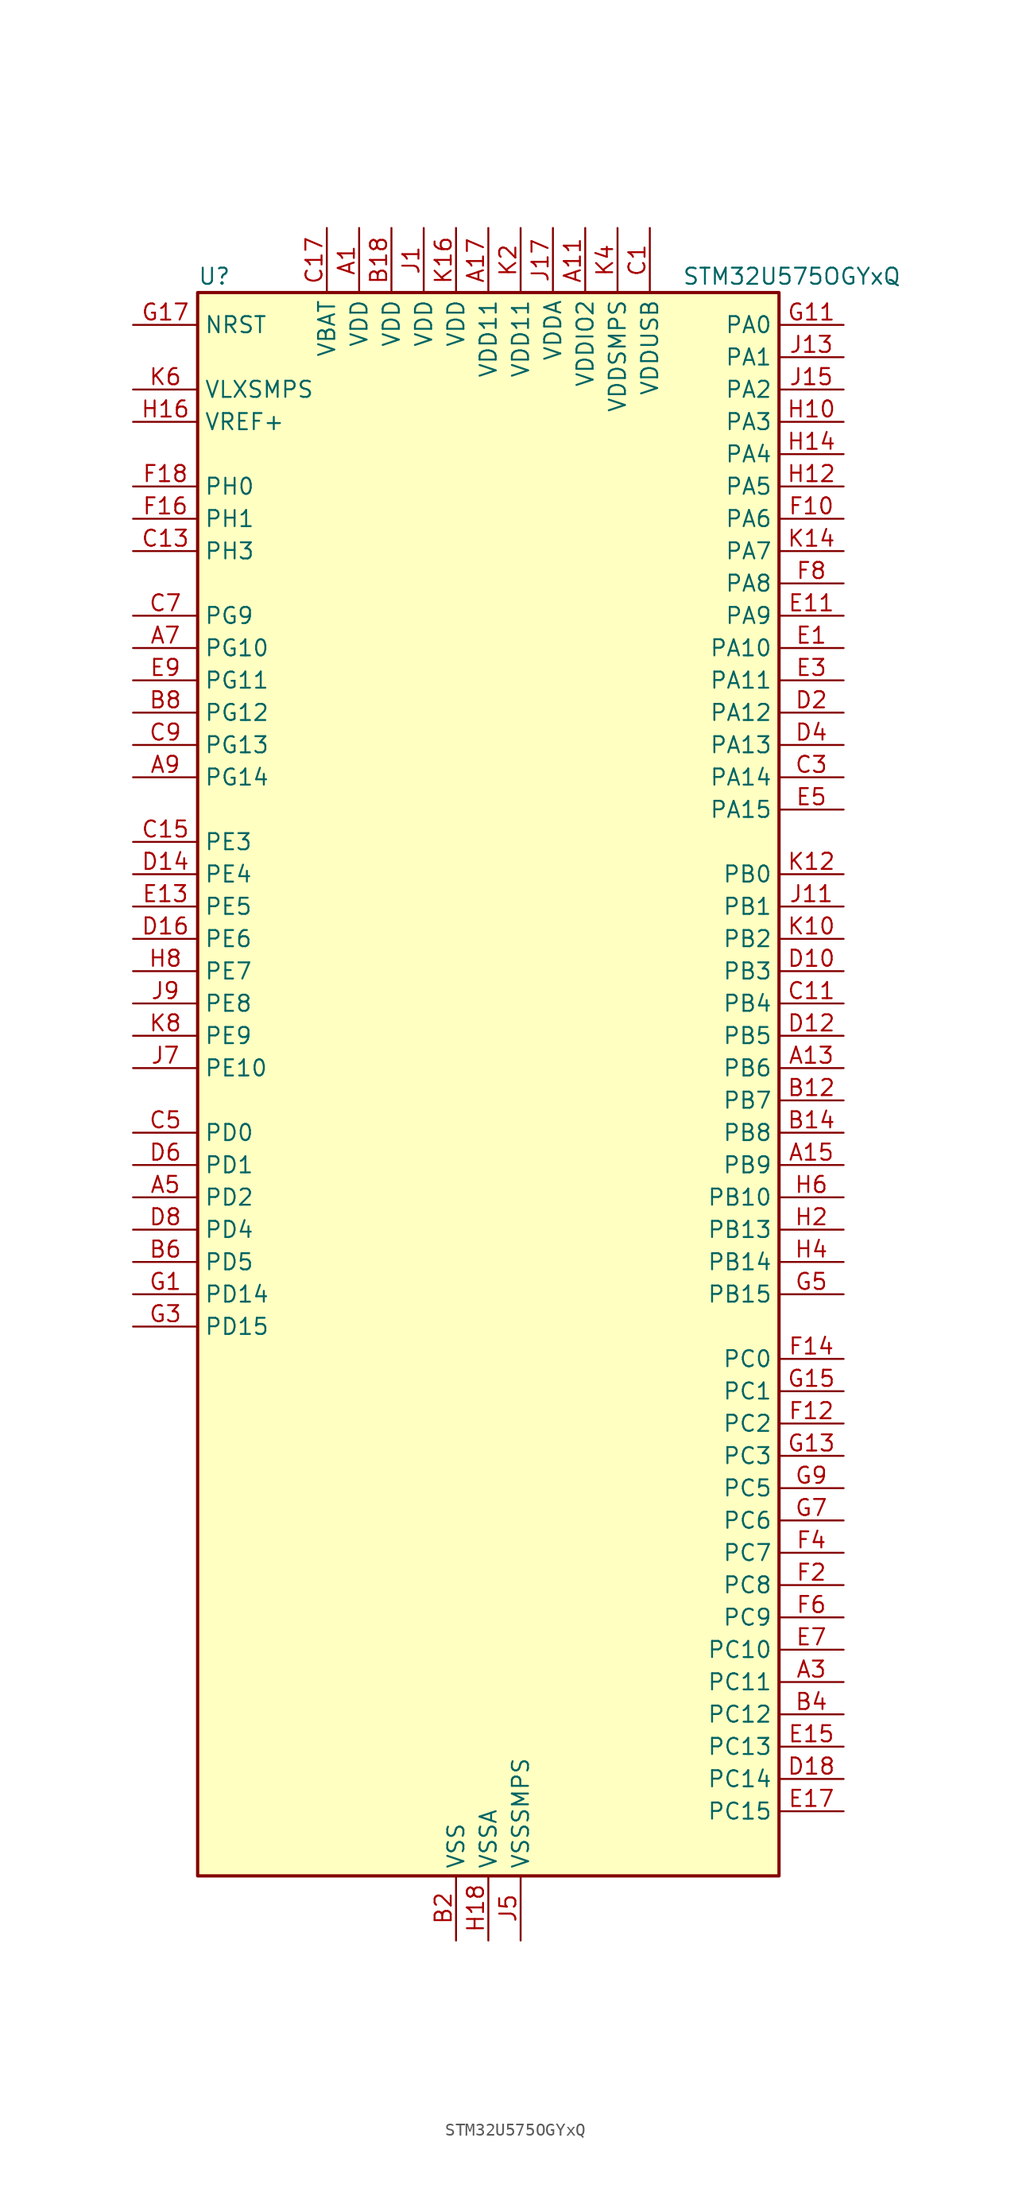
<source format=kicad_sym>
(kicad_symbol_lib
  (version 20211014)
  (generator kicad-library-utils)
  (symbol "STM32U575OGYxQ"
    (property "Reference" "U"
      (at -22.86 64.77 0)
      (effects (font (size 1.27 1.27)) (justify left)))
    (property "Value" "STM32U575OGYxQ"
      (at 15.24 64.77 0)
      (effects (font (size 1.27 1.27)) (justify left)))
    (property "ki_fp_filters" "*"
      (at 0.0 0.0 0.0)
      (effects (font (size 1.27 1.27))))
    (symbol "STM32U575OGYxQ_0_1"
      (rectangle (start -22.86 -60.96) (end 22.86 63.5) (stroke (width 0.254)) (fill (type background))))
    (symbol "STM32U575OGYxQ_1_1"
      (pin input line (at -27.94 60.96 0) (length 5.08) (name "NRST" (effects (font (size 1.27 1.27)))) (number "G17" (effects (font (size 1.27 1.27)))))
      (pin power_in line (at -27.94 55.88 0) (length 5.08) (name "VLXSMPS" (effects (font (size 1.27 1.27)))) (number "K6" (effects (font (size 1.27 1.27)))))
      (pin input line (at -27.94 53.34 0) (length 5.08) (name "VREF+" (effects (font (size 1.27 1.27)))) (number "H16" (effects (font (size 1.27 1.27)))) (alternate "VREFBUF_OUT" bidirectional line))
      (pin bidirectional line (at -27.94 48.26 0) (length 5.08) (name "PH0" (effects (font (size 1.27 1.27)))) (number "F18" (effects (font (size 1.27 1.27)))) (alternate "RCC_OSC_IN" bidirectional line))
      (pin bidirectional line (at -27.94 45.72 0) (length 5.08) (name "PH1" (effects (font (size 1.27 1.27)))) (number "F16" (effects (font (size 1.27 1.27)))) (alternate "RCC_OSC_OUT" bidirectional line))
      (pin bidirectional line (at -27.94 43.18 0) (length 5.08) (name "PH3" (effects (font (size 1.27 1.27)))) (number "C13" (effects (font (size 1.27 1.27)))))
      (pin bidirectional line (at -27.94 38.1 0) (length 5.08) (name "PG9" (effects (font (size 1.27 1.27)))) (number "C7" (effects (font (size 1.27 1.27)))) (alternate "DAC1_EXTI9" bidirectional line) (alternate "FMC_NCE" bidirectional line) (alternate "FMC_NE2" bidirectional line) (alternate "OCTOSPIM_P2_IO6" bidirectional line) (alternate "SPI3_SCK" bidirectional line) (alternate "TIM15_CH1N" bidirectional line) (alternate "USART1_TX" bidirectional line))
      (pin bidirectional line (at -27.94 35.56 0) (length 5.08) (name "PG10" (effects (font (size 1.27 1.27)))) (number "A7" (effects (font (size 1.27 1.27)))) (alternate "FMC_NE3" bidirectional line) (alternate "LPTIM1_IN1" bidirectional line) (alternate "OCTOSPIM_P2_IO7" bidirectional line) (alternate "SPI3_MISO" bidirectional line) (alternate "TIM15_CH1" bidirectional line) (alternate "USART1_RX" bidirectional line))
      (pin bidirectional line (at -27.94 33.02 0) (length 5.08) (name "PG11" (effects (font (size 1.27 1.27)))) (number "E9" (effects (font (size 1.27 1.27)))) (alternate "ADC1_EXTI11" bidirectional line) (alternate "LPTIM1_IN2" bidirectional line) (alternate "OCTOSPIM_P1_IO5" bidirectional line) (alternate "SPI3_MOSI" bidirectional line) (alternate "TIM15_CH2" bidirectional line) (alternate "USART1_CTS" bidirectional line))
      (pin bidirectional line (at -27.94 30.48 0) (length 5.08) (name "PG12" (effects (font (size 1.27 1.27)))) (number "B8" (effects (font (size 1.27 1.27)))) (alternate "FMC_NE4" bidirectional line) (alternate "LPTIM1_ETR" bidirectional line) (alternate "OCTOSPIM_P2_NCS" bidirectional line) (alternate "SPI3_NSS" bidirectional line) (alternate "USART1_DE" bidirectional line) (alternate "USART1_RTS" bidirectional line))
      (pin bidirectional line (at -27.94 27.94 0) (length 5.08) (name "PG13" (effects (font (size 1.27 1.27)))) (number "C9" (effects (font (size 1.27 1.27)))) (alternate "FMC_A24" bidirectional line) (alternate "I2C1_SDA" bidirectional line) (alternate "SPI3_RDY" bidirectional line) (alternate "USART1_CK" bidirectional line))
      (pin bidirectional line (at -27.94 25.4 0) (length 5.08) (name "PG14" (effects (font (size 1.27 1.27)))) (number "A9" (effects (font (size 1.27 1.27)))) (alternate "FMC_A25" bidirectional line) (alternate "I2C1_SCL" bidirectional line) (alternate "LPTIM1_CH2" bidirectional line))
      (pin bidirectional line (at -27.94 20.32 0) (length 5.08) (name "PE3" (effects (font (size 1.27 1.27)))) (number "C15" (effects (font (size 1.27 1.27)))) (alternate "DEBUG_TRACED0" bidirectional line) (alternate "FMC_A19" bidirectional line) (alternate "OCTOSPIM_P1_DQS" bidirectional line) (alternate "SAI1_SD_B" bidirectional line) (alternate "TAMP_IN6" bidirectional line) (alternate "TAMP_OUT3" bidirectional line) (alternate "TIM3_CH1" bidirectional line) (alternate "TSC_G7_IO2" bidirectional line))
      (pin bidirectional line (at -27.94 17.78 0) (length 5.08) (name "PE4" (effects (font (size 1.27 1.27)))) (number "D14" (effects (font (size 1.27 1.27)))) (alternate "DCMI_D4" bidirectional line) (alternate "DEBUG_TRACED1" bidirectional line) (alternate "FMC_A20" bidirectional line) (alternate "MDF1_SDI3" bidirectional line) (alternate "PSSI_D4" bidirectional line) (alternate "PWR_WKUP1" bidirectional line) (alternate "SAI1_D2" bidirectional line) (alternate "SAI1_FS_A" bidirectional line) (alternate "TAMP_IN7" bidirectional line) (alternate "TAMP_OUT8" bidirectional line) (alternate "TIM3_CH2" bidirectional line) (alternate "TSC_G7_IO3" bidirectional line))
      (pin bidirectional line (at -27.94 15.24 0) (length 5.08) (name "PE5" (effects (font (size 1.27 1.27)))) (number "E13" (effects (font (size 1.27 1.27)))) (alternate "DCMI_D6" bidirectional line) (alternate "DEBUG_TRACED2" bidirectional line) (alternate "FMC_A21" bidirectional line) (alternate "MDF1_CKI3" bidirectional line) (alternate "PSSI_D6" bidirectional line) (alternate "PWR_WKUP2" bidirectional line) (alternate "SAI1_CK2" bidirectional line) (alternate "SAI1_SCK_A" bidirectional line) (alternate "TAMP_IN8" bidirectional line) (alternate "TAMP_OUT7" bidirectional line) (alternate "TIM3_CH3" bidirectional line) (alternate "TSC_G7_IO4" bidirectional line))
      (pin bidirectional line (at -27.94 12.7 0) (length 5.08) (name "PE6" (effects (font (size 1.27 1.27)))) (number "D16" (effects (font (size 1.27 1.27)))) (alternate "DCMI_D7" bidirectional line) (alternate "DEBUG_TRACED3" bidirectional line) (alternate "FMC_A22" bidirectional line) (alternate "PSSI_D7" bidirectional line) (alternate "PWR_WKUP3" bidirectional line) (alternate "SAI1_D1" bidirectional line) (alternate "SAI1_SD_A" bidirectional line) (alternate "TAMP_IN3" bidirectional line) (alternate "TAMP_OUT6" bidirectional line) (alternate "TIM3_CH4" bidirectional line))
      (pin bidirectional line (at -27.94 10.16 0) (length 5.08) (name "PE7" (effects (font (size 1.27 1.27)))) (number "H8" (effects (font (size 1.27 1.27)))) (alternate "FMC_D4" bidirectional line) (alternate "FMC_DA4" bidirectional line) (alternate "MDF1_SDI2" bidirectional line) (alternate "PWR_WKUP6" bidirectional line) (alternate "SAI1_SD_B" bidirectional line) (alternate "TIM1_ETR" bidirectional line))
      (pin bidirectional line (at -27.94 7.62 0) (length 5.08) (name "PE8" (effects (font (size 1.27 1.27)))) (number "J9" (effects (font (size 1.27 1.27)))) (alternate "FMC_D5" bidirectional line) (alternate "FMC_DA5" bidirectional line) (alternate "MDF1_CKI2" bidirectional line) (alternate "PWR_WKUP7" bidirectional line) (alternate "SAI1_SCK_B" bidirectional line) (alternate "TIM1_CH1N" bidirectional line))
      (pin bidirectional line (at -27.94 5.08 0) (length 5.08) (name "PE9" (effects (font (size 1.27 1.27)))) (number "K8" (effects (font (size 1.27 1.27)))) (alternate "ADF1_CCK0" bidirectional line) (alternate "DAC1_EXTI9" bidirectional line) (alternate "FMC_D6" bidirectional line) (alternate "FMC_DA6" bidirectional line) (alternate "MDF1_CCK0" bidirectional line) (alternate "OCTOSPIM_P1_NCLK" bidirectional line) (alternate "SAI1_FS_B" bidirectional line) (alternate "TIM1_CH1" bidirectional line))
      (pin bidirectional line (at -27.94 2.54 0) (length 5.08) (name "PE10" (effects (font (size 1.27 1.27)))) (number "J7" (effects (font (size 1.27 1.27)))) (alternate "ADF1_SDI0" bidirectional line) (alternate "FMC_D7" bidirectional line) (alternate "FMC_DA7" bidirectional line) (alternate "MDF1_SDI4" bidirectional line) (alternate "OCTOSPIM_P1_CLK" bidirectional line) (alternate "SAI1_MCLK_B" bidirectional line) (alternate "TIM1_CH2N" bidirectional line) (alternate "TSC_G5_IO1" bidirectional line))
      (pin bidirectional line (at -27.94 -2.54 0) (length 5.08) (name "PD0" (effects (font (size 1.27 1.27)))) (number "C5" (effects (font (size 1.27 1.27)))) (alternate "FDCAN1_RX" bidirectional line) (alternate "FMC_D2" bidirectional line) (alternate "FMC_DA2" bidirectional line) (alternate "SPI2_NSS" bidirectional line) (alternate "TIM8_CH4N" bidirectional line))
      (pin bidirectional line (at -27.94 -5.08 0) (length 5.08) (name "PD1" (effects (font (size 1.27 1.27)))) (number "D6" (effects (font (size 1.27 1.27)))) (alternate "FDCAN1_TX" bidirectional line) (alternate "FMC_D3" bidirectional line) (alternate "FMC_DA3" bidirectional line) (alternate "SPI2_SCK" bidirectional line))
      (pin bidirectional line (at -27.94 -7.62 0) (length 5.08) (name "PD2" (effects (font (size 1.27 1.27)))) (number "A5" (effects (font (size 1.27 1.27)))) (alternate "DCMI_D11" bidirectional line) (alternate "DEBUG_TRACED2" bidirectional line) (alternate "LPTIM4_ETR" bidirectional line) (alternate "PSSI_D11" bidirectional line) (alternate "SDMMC1_CMD" bidirectional line) (alternate "TIM3_ETR" bidirectional line) (alternate "TSC_SYNC" bidirectional line) (alternate "UART5_RX" bidirectional line) (alternate "USART3_DE" bidirectional line) (alternate "USART3_RTS" bidirectional line))
      (pin bidirectional line (at -27.94 -10.16 0) (length 5.08) (name "PD4" (effects (font (size 1.27 1.27)))) (number "D8" (effects (font (size 1.27 1.27)))) (alternate "FMC_NOE" bidirectional line) (alternate "MDF1_CKI0" bidirectional line) (alternate "OCTOSPIM_P1_IO4" bidirectional line) (alternate "SPI2_MOSI" bidirectional line) (alternate "USART2_DE" bidirectional line) (alternate "USART2_RTS" bidirectional line))
      (pin bidirectional line (at -27.94 -12.7 0) (length 5.08) (name "PD5" (effects (font (size 1.27 1.27)))) (number "B6" (effects (font (size 1.27 1.27)))) (alternate "FMC_NWE" bidirectional line) (alternate "OCTOSPIM_P1_IO5" bidirectional line) (alternate "SPI2_RDY" bidirectional line) (alternate "USART2_TX" bidirectional line))
      (pin bidirectional line (at -27.94 -15.24 0) (length 5.08) (name "PD14" (effects (font (size 1.27 1.27)))) (number "G1" (effects (font (size 1.27 1.27)))) (alternate "FMC_D0" bidirectional line) (alternate "FMC_DA0" bidirectional line) (alternate "LPTIM3_CH1" bidirectional line) (alternate "TIM4_CH3" bidirectional line))
      (pin bidirectional line (at -27.94 -17.78 0) (length 5.08) (name "PD15" (effects (font (size 1.27 1.27)))) (number "G3" (effects (font (size 1.27 1.27)))) (alternate "ADC1_EXTI15" bidirectional line) (alternate "ADC4_EXTI15" bidirectional line) (alternate "FMC_D1" bidirectional line) (alternate "FMC_DA1" bidirectional line) (alternate "LPTIM3_CH2" bidirectional line) (alternate "TIM4_CH4" bidirectional line))
      (pin bidirectional line (at 27.94 60.96 180) (length 5.08) (name "PA0" (effects (font (size 1.27 1.27)))) (number "G11" (effects (font (size 1.27 1.27)))) (alternate "ADC1_IN5" bidirectional line) (alternate "AUDIOCLK" bidirectional line) (alternate "OCTOSPIM_P2_NCS" bidirectional line) (alternate "OPAMP1_VINP" bidirectional line) (alternate "PWR_WKUP1" bidirectional line) (alternate "SDMMC2_CMD" bidirectional line) (alternate "SPI3_RDY" bidirectional line) (alternate "TAMP_IN2" bidirectional line) (alternate "TAMP_OUT1" bidirectional line) (alternate "TIM2_CH1" bidirectional line) (alternate "TIM2_ETR" bidirectional line) (alternate "TIM5_CH1" bidirectional line) (alternate "TIM8_ETR" bidirectional line) (alternate "UART4_TX" bidirectional line) (alternate "USART2_CTS" bidirectional line))
      (pin bidirectional line (at 27.94 58.42 180) (length 5.08) (name "PA1" (effects (font (size 1.27 1.27)))) (number "J13" (effects (font (size 1.27 1.27)))) (alternate "ADC1_IN6" bidirectional line) (alternate "I2C1_SMBA" bidirectional line) (alternate "LPTIM1_CH2" bidirectional line) (alternate "OCTOSPIM_P1_DQS" bidirectional line) (alternate "OPAMP1_VINM" bidirectional line) (alternate "PWR_WKUP3" bidirectional line) (alternate "SPI1_SCK" bidirectional line) (alternate "TAMP_IN5" bidirectional line) (alternate "TAMP_OUT4" bidirectional line) (alternate "TIM15_CH1N" bidirectional line) (alternate "TIM2_CH2" bidirectional line) (alternate "TIM5_CH2" bidirectional line) (alternate "UART4_RX" bidirectional line) (alternate "USART2_DE" bidirectional line) (alternate "USART2_RTS" bidirectional line))
      (pin bidirectional line (at 27.94 55.88 180) (length 5.08) (name "PA2" (effects (font (size 1.27 1.27)))) (number "J15" (effects (font (size 1.27 1.27)))) (alternate "ADC1_IN7" bidirectional line) (alternate "COMP1_INP" bidirectional line) (alternate "LPUART1_TX" bidirectional line) (alternate "OCTOSPIM_P1_NCS" bidirectional line) (alternate "PWR_WKUP4" bidirectional line) (alternate "RCC_LSCO" bidirectional line) (alternate "SPI1_RDY" bidirectional line) (alternate "TIM15_CH1" bidirectional line) (alternate "TIM2_CH3" bidirectional line) (alternate "TIM5_CH3" bidirectional line) (alternate "UCPD1_FRSTX1" bidirectional line) (alternate "USART2_TX" bidirectional line))
      (pin bidirectional line (at 27.94 53.34 180) (length 5.08) (name "PA3" (effects (font (size 1.27 1.27)))) (number "H10" (effects (font (size 1.27 1.27)))) (alternate "ADC1_IN8" bidirectional line) (alternate "LPUART1_RX" bidirectional line) (alternate "OCTOSPIM_P1_CLK" bidirectional line) (alternate "OPAMP1_VOUT" bidirectional line) (alternate "PWR_WKUP5" bidirectional line) (alternate "SAI1_CK1" bidirectional line) (alternate "SAI1_MCLK_A" bidirectional line) (alternate "TIM15_CH2" bidirectional line) (alternate "TIM2_CH4" bidirectional line) (alternate "TIM5_CH4" bidirectional line) (alternate "USART2_RX" bidirectional line))
      (pin bidirectional line (at 27.94 50.8 180) (length 5.08) (name "PA4" (effects (font (size 1.27 1.27)))) (number "H14" (effects (font (size 1.27 1.27)))) (alternate "ADC1_IN9" bidirectional line) (alternate "ADC4_IN9" bidirectional line) (alternate "DAC1_OUT1" bidirectional line) (alternate "DCMI_HSYNC" bidirectional line) (alternate "LPTIM2_CH1" bidirectional line) (alternate "OCTOSPIM_P1_NCS" bidirectional line) (alternate "PSSI_DE" bidirectional line) (alternate "PWR_WKUP2" bidirectional line) (alternate "SAI1_FS_B" bidirectional line) (alternate "SPI1_NSS" bidirectional line) (alternate "SPI3_NSS" bidirectional line) (alternate "USART2_CK" bidirectional line))
      (pin bidirectional line (at 27.94 48.26 180) (length 5.08) (name "PA5" (effects (font (size 1.27 1.27)))) (number "H12" (effects (font (size 1.27 1.27)))) (alternate "ADC1_IN10" bidirectional line) (alternate "ADC4_IN10" bidirectional line) (alternate "DAC1_OUT2" bidirectional line) (alternate "LPTIM2_ETR" bidirectional line) (alternate "PSSI_D14" bidirectional line) (alternate "PWR_CSLEEP" bidirectional line) (alternate "PWR_WKUP6" bidirectional line) (alternate "SPI1_SCK" bidirectional line) (alternate "TIM2_CH1" bidirectional line) (alternate "TIM2_ETR" bidirectional line) (alternate "TIM8_CH1N" bidirectional line) (alternate "USART3_RX" bidirectional line))
      (pin bidirectional line (at 27.94 45.72 180) (length 5.08) (name "PA6" (effects (font (size 1.27 1.27)))) (number "F10" (effects (font (size 1.27 1.27)))) (alternate "ADC1_IN11" bidirectional line) (alternate "ADC4_IN11" bidirectional line) (alternate "DCMI_PIXCLK" bidirectional line) (alternate "LPUART1_CTS" bidirectional line) (alternate "OCTOSPIM_P1_IO3" bidirectional line) (alternate "OPAMP2_VINP" bidirectional line) (alternate "PSSI_PDCK" bidirectional line) (alternate "PWR_CDSTOP" bidirectional line) (alternate "PWR_WKUP7" bidirectional line) (alternate "SPI1_MISO" bidirectional line) (alternate "TIM16_CH1" bidirectional line) (alternate "TIM1_BKIN" bidirectional line) (alternate "TIM3_CH1" bidirectional line) (alternate "TIM8_BKIN" bidirectional line) (alternate "USART3_CTS" bidirectional line))
      (pin bidirectional line (at 27.94 43.18 180) (length 5.08) (name "PA7" (effects (font (size 1.27 1.27)))) (number "K14" (effects (font (size 1.27 1.27)))) (alternate "ADC1_IN12" bidirectional line) (alternate "ADC4_IN20" bidirectional line) (alternate "I2C3_SCL" bidirectional line) (alternate "LPTIM2_CH2" bidirectional line) (alternate "OCTOSPIM_P1_IO2" bidirectional line) (alternate "OPAMP2_VINM" bidirectional line) (alternate "PWR_SRDSTOP" bidirectional line) (alternate "PWR_WKUP8" bidirectional line) (alternate "SPI1_MOSI" bidirectional line) (alternate "TIM17_CH1" bidirectional line) (alternate "TIM1_CH1N" bidirectional line) (alternate "TIM3_CH2" bidirectional line) (alternate "TIM8_CH1N" bidirectional line) (alternate "USART3_TX" bidirectional line))
      (pin bidirectional line (at 27.94 40.64 180) (length 5.08) (name "PA8" (effects (font (size 1.27 1.27)))) (number "F8" (effects (font (size 1.27 1.27)))) (alternate "DEBUG_TRACECLK" bidirectional line) (alternate "LPTIM2_CH1" bidirectional line) (alternate "RCC_MCO" bidirectional line) (alternate "SAI1_CK2" bidirectional line) (alternate "SAI1_SCK_A" bidirectional line) (alternate "SPI1_RDY" bidirectional line) (alternate "TIM1_CH1" bidirectional line) (alternate "USART1_CK" bidirectional line) (alternate "USB_OTG_FS_SOF" bidirectional line))
      (pin bidirectional line (at 27.94 38.1 180) (length 5.08) (name "PA9" (effects (font (size 1.27 1.27)))) (number "E11" (effects (font (size 1.27 1.27)))) (alternate "DAC1_EXTI9" bidirectional line) (alternate "DCMI_D0" bidirectional line) (alternate "PSSI_D0" bidirectional line) (alternate "SAI1_FS_A" bidirectional line) (alternate "SPI2_SCK" bidirectional line) (alternate "TIM15_BKIN" bidirectional line) (alternate "TIM1_CH2" bidirectional line) (alternate "USART1_TX" bidirectional line) (alternate "USB_OTG_FS_VBUS" bidirectional line))
      (pin bidirectional line (at 27.94 35.56 180) (length 5.08) (name "PA10" (effects (font (size 1.27 1.27)))) (number "E1" (effects (font (size 1.27 1.27)))) (alternate "CRS_SYNC" bidirectional line) (alternate "DCMI_D1" bidirectional line) (alternate "LPTIM2_IN2" bidirectional line) (alternate "PSSI_D1" bidirectional line) (alternate "SAI1_D1" bidirectional line) (alternate "SAI1_SD_A" bidirectional line) (alternate "TIM17_BKIN" bidirectional line) (alternate "TIM1_CH3" bidirectional line) (alternate "USART1_RX" bidirectional line) (alternate "USB_OTG_FS_ID" bidirectional line))
      (pin bidirectional line (at 27.94 33.02 180) (length 5.08) (name "PA11" (effects (font (size 1.27 1.27)))) (number "E3" (effects (font (size 1.27 1.27)))) (alternate "ADC1_EXTI11" bidirectional line) (alternate "FDCAN1_RX" bidirectional line) (alternate "SPI1_MISO" bidirectional line) (alternate "TIM1_BKIN2" bidirectional line) (alternate "TIM1_CH4" bidirectional line) (alternate "USART1_CTS" bidirectional line) (alternate "USB_OTG_FS_DM" bidirectional line))
      (pin bidirectional line (at 27.94 30.48 180) (length 5.08) (name "PA12" (effects (font (size 1.27 1.27)))) (number "D2" (effects (font (size 1.27 1.27)))) (alternate "FDCAN1_TX" bidirectional line) (alternate "OCTOSPIM_P2_NCS" bidirectional line) (alternate "SPI1_MOSI" bidirectional line) (alternate "TIM1_ETR" bidirectional line) (alternate "USART1_DE" bidirectional line) (alternate "USART1_RTS" bidirectional line) (alternate "USB_OTG_FS_DP" bidirectional line))
      (pin bidirectional line (at 27.94 27.94 180) (length 5.08) (name "PA13" (effects (font (size 1.27 1.27)))) (number "D4" (effects (font (size 1.27 1.27)))) (alternate "DEBUG_JTMS-SWDIO" bidirectional line) (alternate "IR_OUT" bidirectional line) (alternate "SAI1_SD_B" bidirectional line) (alternate "USB_OTG_FS_NOE" bidirectional line))
      (pin bidirectional line (at 27.94 25.4 180) (length 5.08) (name "PA14" (effects (font (size 1.27 1.27)))) (number "C3" (effects (font (size 1.27 1.27)))) (alternate "DEBUG_JTCK-SWCLK" bidirectional line) (alternate "I2C1_SMBA" bidirectional line) (alternate "I2C4_SMBA" bidirectional line) (alternate "LPTIM1_CH1" bidirectional line) (alternate "SAI1_FS_B" bidirectional line) (alternate "USB_OTG_FS_SOF" bidirectional line))
      (pin bidirectional line (at 27.94 22.86 180) (length 5.08) (name "PA15" (effects (font (size 1.27 1.27)))) (number "E5" (effects (font (size 1.27 1.27)))) (alternate "ADC1_EXTI15" bidirectional line) (alternate "ADC4_EXTI15" bidirectional line) (alternate "DEBUG_JTDI" bidirectional line) (alternate "SPI1_NSS" bidirectional line) (alternate "SPI3_NSS" bidirectional line) (alternate "TIM2_CH1" bidirectional line) (alternate "TIM2_ETR" bidirectional line) (alternate "UART4_DE" bidirectional line) (alternate "UART4_RTS" bidirectional line) (alternate "UCPD1_CC1" bidirectional line) (alternate "USART2_RX" bidirectional line) (alternate "USART3_DE" bidirectional line) (alternate "USART3_RTS" bidirectional line))
      (pin bidirectional line (at 27.94 17.78 180) (length 5.08) (name "PB0" (effects (font (size 1.27 1.27)))) (number "K12" (effects (font (size 1.27 1.27)))) (alternate "ADC1_IN15" bidirectional line) (alternate "ADC4_IN18" bidirectional line) (alternate "AUDIOCLK" bidirectional line) (alternate "COMP1_OUT" bidirectional line) (alternate "LPTIM3_CH1" bidirectional line) (alternate "OCTOSPIM_P1_IO1" bidirectional line) (alternate "OPAMP2_VOUT" bidirectional line) (alternate "SPI1_NSS" bidirectional line) (alternate "TIM1_CH2N" bidirectional line) (alternate "TIM3_CH3" bidirectional line) (alternate "TIM8_CH2N" bidirectional line) (alternate "USART3_CK" bidirectional line))
      (pin bidirectional line (at 27.94 15.24 180) (length 5.08) (name "PB1" (effects (font (size 1.27 1.27)))) (number "J11" (effects (font (size 1.27 1.27)))) (alternate "ADC1_IN16" bidirectional line) (alternate "ADC4_IN19" bidirectional line) (alternate "COMP1_INM" bidirectional line) (alternate "LPTIM2_IN1" bidirectional line) (alternate "LPTIM3_CH2" bidirectional line) (alternate "LPUART1_DE" bidirectional line) (alternate "LPUART1_RTS" bidirectional line) (alternate "MDF1_SDI0" bidirectional line) (alternate "OCTOSPIM_P1_IO0" bidirectional line) (alternate "PWR_WKUP4" bidirectional line) (alternate "TIM1_CH3N" bidirectional line) (alternate "TIM3_CH4" bidirectional line) (alternate "TIM8_CH3N" bidirectional line) (alternate "USART3_DE" bidirectional line) (alternate "USART3_RTS" bidirectional line))
      (pin bidirectional line (at 27.94 12.7 180) (length 5.08) (name "PB2" (effects (font (size 1.27 1.27)))) (number "K10" (effects (font (size 1.27 1.27)))) (alternate "ADC1_IN17" bidirectional line) (alternate "COMP1_INP" bidirectional line) (alternate "I2C3_SMBA" bidirectional line) (alternate "LPTIM1_CH1" bidirectional line) (alternate "MDF1_CKI0" bidirectional line) (alternate "OCTOSPIM_P1_DQS" bidirectional line) (alternate "PWR_WKUP1" bidirectional line) (alternate "RTC_OUT2" bidirectional line) (alternate "SPI1_RDY" bidirectional line) (alternate "TIM8_CH4N" bidirectional line) (alternate "UCPD1_FRSTX1" bidirectional line))
      (pin bidirectional line (at 27.94 10.16 180) (length 5.08) (name "PB3" (effects (font (size 1.27 1.27)))) (number "D10" (effects (font (size 1.27 1.27)))) (alternate "ADF1_CCK0" bidirectional line) (alternate "COMP2_INM" bidirectional line) (alternate "CRS_SYNC" bidirectional line) (alternate "DEBUG_JTDO-SWO" bidirectional line) (alternate "I2C1_SDA" bidirectional line) (alternate "LPTIM1_CH1" bidirectional line) (alternate "SAI1_SCK_B" bidirectional line) (alternate "SDMMC2_D2" bidirectional line) (alternate "SPI1_SCK" bidirectional line) (alternate "SPI3_SCK" bidirectional line) (alternate "TIM2_CH2" bidirectional line) (alternate "USART1_DE" bidirectional line) (alternate "USART1_RTS" bidirectional line))
      (pin bidirectional line (at 27.94 7.62 180) (length 5.08) (name "PB4" (effects (font (size 1.27 1.27)))) (number "C11" (effects (font (size 1.27 1.27)))) (alternate "ADF1_SDI0" bidirectional line) (alternate "COMP2_INP" bidirectional line) (alternate "DCMI_D12" bidirectional line) (alternate "DEBUG_JTRST" bidirectional line) (alternate "I2C3_SDA" bidirectional line) (alternate "LPTIM1_CH2" bidirectional line) (alternate "PSSI_D12" bidirectional line) (alternate "SAI1_MCLK_B" bidirectional line) (alternate "SDMMC2_D3" bidirectional line) (alternate "SPI1_MISO" bidirectional line) (alternate "SPI3_MISO" bidirectional line) (alternate "TIM17_BKIN" bidirectional line) (alternate "TIM3_CH1" bidirectional line) (alternate "TSC_G2_IO1" bidirectional line) (alternate "UART5_DE" bidirectional line) (alternate "UART5_RTS" bidirectional line) (alternate "USART1_CTS" bidirectional line))
      (pin bidirectional line (at 27.94 5.08 180) (length 5.08) (name "PB5" (effects (font (size 1.27 1.27)))) (number "D12" (effects (font (size 1.27 1.27)))) (alternate "COMP2_OUT" bidirectional line) (alternate "DCMI_D10" bidirectional line) (alternate "I2C1_SMBA" bidirectional line) (alternate "LPTIM1_IN1" bidirectional line) (alternate "OCTOSPIM_P1_NCLK" bidirectional line) (alternate "PSSI_D10" bidirectional line) (alternate "PWR_WKUP6" bidirectional line) (alternate "SAI1_SD_B" bidirectional line) (alternate "SPI1_MOSI" bidirectional line) (alternate "SPI3_MOSI" bidirectional line) (alternate "TIM16_BKIN" bidirectional line) (alternate "TIM3_CH2" bidirectional line) (alternate "TSC_G2_IO2" bidirectional line) (alternate "UART5_CTS" bidirectional line) (alternate "UCPD1_DBCC1" bidirectional line) (alternate "USART1_CK" bidirectional line))
      (pin bidirectional line (at 27.94 2.54 180) (length 5.08) (name "PB6" (effects (font (size 1.27 1.27)))) (number "A13" (effects (font (size 1.27 1.27)))) (alternate "COMP2_INP" bidirectional line) (alternate "DCMI_D5" bidirectional line) (alternate "I2C1_SCL" bidirectional line) (alternate "I2C4_SCL" bidirectional line) (alternate "LPTIM1_ETR" bidirectional line) (alternate "MDF1_SDI5" bidirectional line) (alternate "PSSI_D5" bidirectional line) (alternate "PWR_WKUP3" bidirectional line) (alternate "SAI1_FS_B" bidirectional line) (alternate "TIM16_CH1N" bidirectional line) (alternate "TIM4_CH1" bidirectional line) (alternate "TIM8_BKIN2" bidirectional line) (alternate "TSC_G2_IO3" bidirectional line) (alternate "USART1_TX" bidirectional line))
      (pin bidirectional line (at 27.94 0.0 180) (length 5.08) (name "PB7" (effects (font (size 1.27 1.27)))) (number "B12" (effects (font (size 1.27 1.27)))) (alternate "COMP2_INM" bidirectional line) (alternate "DCMI_VSYNC" bidirectional line) (alternate "FMC_NL" bidirectional line) (alternate "I2C1_SDA" bidirectional line) (alternate "I2C4_SDA" bidirectional line) (alternate "LPTIM1_IN2" bidirectional line) (alternate "MDF1_CKI5" bidirectional line) (alternate "PSSI_RDY" bidirectional line) (alternate "PWR_PVD_IN" bidirectional line) (alternate "PWR_WKUP4" bidirectional line) (alternate "TIM17_CH1N" bidirectional line) (alternate "TIM4_CH2" bidirectional line) (alternate "TIM8_BKIN" bidirectional line) (alternate "TSC_G2_IO4" bidirectional line) (alternate "UART4_CTS" bidirectional line) (alternate "USART1_RX" bidirectional line))
      (pin bidirectional line (at 27.94 -2.54 180) (length 5.08) (name "PB8" (effects (font (size 1.27 1.27)))) (number "B14" (effects (font (size 1.27 1.27)))) (alternate "DCMI_D6" bidirectional line) (alternate "FDCAN1_RX" bidirectional line) (alternate "I2C1_SCL" bidirectional line) (alternate "MDF1_CCK0" bidirectional line) (alternate "PSSI_D6" bidirectional line) (alternate "PWR_WKUP5" bidirectional line) (alternate "SAI1_CK1" bidirectional line) (alternate "SAI1_MCLK_A" bidirectional line) (alternate "SDMMC1_CKIN" bidirectional line) (alternate "SDMMC1_D4" bidirectional line) (alternate "SDMMC2_D4" bidirectional line) (alternate "SPI3_RDY" bidirectional line) (alternate "TIM16_CH1" bidirectional line) (alternate "TIM4_CH3" bidirectional line))
      (pin bidirectional line (at 27.94 -5.08 180) (length 5.08) (name "PB9" (effects (font (size 1.27 1.27)))) (number "A15" (effects (font (size 1.27 1.27)))) (alternate "DAC1_EXTI9" bidirectional line) (alternate "DCMI_D7" bidirectional line) (alternate "FDCAN1_TX" bidirectional line) (alternate "I2C1_SDA" bidirectional line) (alternate "IR_OUT" bidirectional line) (alternate "PSSI_D7" bidirectional line) (alternate "SAI1_D2" bidirectional line) (alternate "SAI1_FS_A" bidirectional line) (alternate "SDMMC1_CDIR" bidirectional line) (alternate "SDMMC1_D5" bidirectional line) (alternate "SDMMC2_D5" bidirectional line) (alternate "SPI2_NSS" bidirectional line) (alternate "TIM17_CH1" bidirectional line) (alternate "TIM4_CH4" bidirectional line))
      (pin bidirectional line (at 27.94 -7.62 180) (length 5.08) (name "PB10" (effects (font (size 1.27 1.27)))) (number "H6" (effects (font (size 1.27 1.27)))) (alternate "COMP1_OUT" bidirectional line) (alternate "I2C2_SCL" bidirectional line) (alternate "I2C4_SCL" bidirectional line) (alternate "LPTIM3_CH1" bidirectional line) (alternate "LPUART1_RX" bidirectional line) (alternate "OCTOSPIM_P1_CLK" bidirectional line) (alternate "PWR_WKUP8" bidirectional line) (alternate "SAI1_SCK_A" bidirectional line) (alternate "SPI2_SCK" bidirectional line) (alternate "TIM2_CH3" bidirectional line) (alternate "TSC_SYNC" bidirectional line) (alternate "USART3_TX" bidirectional line))
      (pin bidirectional line (at 27.94 -10.16 180) (length 5.08) (name "PB13" (effects (font (size 1.27 1.27)))) (number "H2" (effects (font (size 1.27 1.27)))) (alternate "I2C2_SCL" bidirectional line) (alternate "LPTIM3_IN1" bidirectional line) (alternate "LPUART1_CTS" bidirectional line) (alternate "MDF1_CKI1" bidirectional line) (alternate "SPI2_SCK" bidirectional line) (alternate "TIM15_CH1N" bidirectional line) (alternate "TIM1_CH1N" bidirectional line) (alternate "TSC_G1_IO2" bidirectional line) (alternate "USART3_CTS" bidirectional line))
      (pin bidirectional line (at 27.94 -12.7 180) (length 5.08) (name "PB14" (effects (font (size 1.27 1.27)))) (number "H4" (effects (font (size 1.27 1.27)))) (alternate "I2C2_SDA" bidirectional line) (alternate "LPTIM3_ETR" bidirectional line) (alternate "MDF1_SDI2" bidirectional line) (alternate "SDMMC2_D0" bidirectional line) (alternate "SPI2_MISO" bidirectional line) (alternate "TIM15_CH1" bidirectional line) (alternate "TIM1_CH2N" bidirectional line) (alternate "TIM8_CH2N" bidirectional line) (alternate "TSC_G1_IO3" bidirectional line) (alternate "UCPD1_DBCC2" bidirectional line) (alternate "USART3_DE" bidirectional line) (alternate "USART3_RTS" bidirectional line))
      (pin bidirectional line (at 27.94 -15.24 180) (length 5.08) (name "PB15" (effects (font (size 1.27 1.27)))) (number "G5" (effects (font (size 1.27 1.27)))) (alternate "ADC1_EXTI15" bidirectional line) (alternate "ADC4_EXTI15" bidirectional line) (alternate "FMC_NBL1" bidirectional line) (alternate "LPTIM2_IN2" bidirectional line) (alternate "MDF1_CKI2" bidirectional line) (alternate "PWR_WKUP7" bidirectional line) (alternate "RTC_REFIN" bidirectional line) (alternate "SDMMC2_D1" bidirectional line) (alternate "SPI2_MOSI" bidirectional line) (alternate "TIM15_CH2" bidirectional line) (alternate "TIM1_CH3N" bidirectional line) (alternate "TIM8_CH3N" bidirectional line) (alternate "UCPD1_CC2" bidirectional line))
      (pin bidirectional line (at 27.94 -20.32 180) (length 5.08) (name "PC0" (effects (font (size 1.27 1.27)))) (number "F14" (effects (font (size 1.27 1.27)))) (alternate "ADC1_IN1" bidirectional line) (alternate "ADC4_IN1" bidirectional line) (alternate "I2C3_SCL" bidirectional line) (alternate "LPTIM1_IN1" bidirectional line) (alternate "LPTIM2_IN1" bidirectional line) (alternate "LPUART1_RX" bidirectional line) (alternate "MDF1_SDI4" bidirectional line) (alternate "OCTOSPIM_P1_IO7" bidirectional line) (alternate "SDMMC1_D5" bidirectional line) (alternate "SPI2_RDY" bidirectional line))
      (pin bidirectional line (at 27.94 -22.86 180) (length 5.08) (name "PC1" (effects (font (size 1.27 1.27)))) (number "G15" (effects (font (size 1.27 1.27)))) (alternate "ADC1_IN2" bidirectional line) (alternate "ADC4_IN2" bidirectional line) (alternate "DEBUG_TRACED0" bidirectional line) (alternate "I2C3_SDA" bidirectional line) (alternate "LPTIM1_CH1" bidirectional line) (alternate "LPUART1_TX" bidirectional line) (alternate "MDF1_CKI4" bidirectional line) (alternate "OCTOSPIM_P1_IO4" bidirectional line) (alternate "SAI1_SD_A" bidirectional line) (alternate "SDMMC2_CK" bidirectional line) (alternate "SPI2_MOSI" bidirectional line))
      (pin bidirectional line (at 27.94 -25.4 180) (length 5.08) (name "PC2" (effects (font (size 1.27 1.27)))) (number "F12" (effects (font (size 1.27 1.27)))) (alternate "ADC1_IN3" bidirectional line) (alternate "ADC4_IN3" bidirectional line) (alternate "LPTIM1_IN2" bidirectional line) (alternate "MDF1_CCK1" bidirectional line) (alternate "OCTOSPIM_P1_IO5" bidirectional line) (alternate "SPI2_MISO" bidirectional line))
      (pin bidirectional line (at 27.94 -27.94 180) (length 5.08) (name "PC3" (effects (font (size 1.27 1.27)))) (number "G13" (effects (font (size 1.27 1.27)))) (alternate "ADC1_IN4" bidirectional line) (alternate "ADC4_IN4" bidirectional line) (alternate "LPTIM1_ETR" bidirectional line) (alternate "LPTIM2_ETR" bidirectional line) (alternate "LPTIM3_CH1" bidirectional line) (alternate "OCTOSPIM_P1_IO6" bidirectional line) (alternate "SAI1_D1" bidirectional line) (alternate "SAI1_SD_A" bidirectional line) (alternate "SPI2_MOSI" bidirectional line))
      (pin bidirectional line (at 27.94 -30.48 180) (length 5.08) (name "PC5" (effects (font (size 1.27 1.27)))) (number "G9" (effects (font (size 1.27 1.27)))) (alternate "ADC1_IN14" bidirectional line) (alternate "ADC4_IN23" bidirectional line) (alternate "COMP1_INP" bidirectional line) (alternate "PSSI_D15" bidirectional line) (alternate "PWR_WKUP5" bidirectional line) (alternate "SAI1_D3" bidirectional line) (alternate "TAMP_IN4" bidirectional line) (alternate "TAMP_OUT5" bidirectional line) (alternate "TIM1_CH4N" bidirectional line) (alternate "USART3_RX" bidirectional line))
      (pin bidirectional line (at 27.94 -33.02 180) (length 5.08) (name "PC6" (effects (font (size 1.27 1.27)))) (number "G7" (effects (font (size 1.27 1.27)))) (alternate "DCMI_D0" bidirectional line) (alternate "MDF1_CKI3" bidirectional line) (alternate "PSSI_D0" bidirectional line) (alternate "PWR_CSLEEP" bidirectional line) (alternate "SDMMC1_D0DIR" bidirectional line) (alternate "SDMMC1_D6" bidirectional line) (alternate "SDMMC2_D6" bidirectional line) (alternate "TIM3_CH1" bidirectional line) (alternate "TIM8_CH1" bidirectional line) (alternate "TSC_G4_IO1" bidirectional line))
      (pin bidirectional line (at 27.94 -35.56 180) (length 5.08) (name "PC7" (effects (font (size 1.27 1.27)))) (number "F4" (effects (font (size 1.27 1.27)))) (alternate "DCMI_D1" bidirectional line) (alternate "LPTIM2_CH2" bidirectional line) (alternate "MDF1_SDI3" bidirectional line) (alternate "PSSI_D1" bidirectional line) (alternate "PWR_CDSTOP" bidirectional line) (alternate "SDMMC1_D123DIR" bidirectional line) (alternate "SDMMC1_D7" bidirectional line) (alternate "SDMMC2_D7" bidirectional line) (alternate "TIM3_CH2" bidirectional line) (alternate "TIM8_CH2" bidirectional line) (alternate "TSC_G4_IO2" bidirectional line))
      (pin bidirectional line (at 27.94 -38.1 180) (length 5.08) (name "PC8" (effects (font (size 1.27 1.27)))) (number "F2" (effects (font (size 1.27 1.27)))) (alternate "DCMI_D2" bidirectional line) (alternate "LPTIM3_CH1" bidirectional line) (alternate "PSSI_D2" bidirectional line) (alternate "PWR_SRDSTOP" bidirectional line) (alternate "SDMMC1_D0" bidirectional line) (alternate "TIM3_CH3" bidirectional line) (alternate "TIM8_CH3" bidirectional line) (alternate "TSC_G4_IO3" bidirectional line))
      (pin bidirectional line (at 27.94 -40.64 180) (length 5.08) (name "PC9" (effects (font (size 1.27 1.27)))) (number "F6" (effects (font (size 1.27 1.27)))) (alternate "DAC1_EXTI9" bidirectional line) (alternate "DCMI_D3" bidirectional line) (alternate "DEBUG_TRACED0" bidirectional line) (alternate "LPTIM3_CH2" bidirectional line) (alternate "PSSI_D3" bidirectional line) (alternate "SDMMC1_D1" bidirectional line) (alternate "TIM3_CH4" bidirectional line) (alternate "TIM8_BKIN2" bidirectional line) (alternate "TIM8_CH4" bidirectional line) (alternate "TSC_G4_IO4" bidirectional line) (alternate "USB_OTG_FS_NOE" bidirectional line))
      (pin bidirectional line (at 27.94 -43.18 180) (length 5.08) (name "PC10" (effects (font (size 1.27 1.27)))) (number "E7" (effects (font (size 1.27 1.27)))) (alternate "ADF1_CCK1" bidirectional line) (alternate "DCMI_D8" bidirectional line) (alternate "DEBUG_TRACED1" bidirectional line) (alternate "LPTIM3_ETR" bidirectional line) (alternate "PSSI_D8" bidirectional line) (alternate "SDMMC1_D2" bidirectional line) (alternate "SPI3_SCK" bidirectional line) (alternate "TSC_G3_IO2" bidirectional line) (alternate "UART4_TX" bidirectional line) (alternate "USART3_TX" bidirectional line))
      (pin bidirectional line (at 27.94 -45.72 180) (length 5.08) (name "PC11" (effects (font (size 1.27 1.27)))) (number "A3" (effects (font (size 1.27 1.27)))) (alternate "ADC1_EXTI11" bidirectional line) (alternate "ADF1_SDI0" bidirectional line) (alternate "DCMI_D2" bidirectional line) (alternate "DCMI_D4" bidirectional line) (alternate "LPTIM3_IN1" bidirectional line) (alternate "OCTOSPIM_P1_NCS" bidirectional line) (alternate "PSSI_D2" bidirectional line) (alternate "PSSI_D4" bidirectional line) (alternate "SDMMC1_D3" bidirectional line) (alternate "SPI3_MISO" bidirectional line) (alternate "TSC_G3_IO3" bidirectional line) (alternate "UART4_RX" bidirectional line) (alternate "UCPD1_FRSTX2" bidirectional line) (alternate "USART3_RX" bidirectional line))
      (pin bidirectional line (at 27.94 -48.26 180) (length 5.08) (name "PC12" (effects (font (size 1.27 1.27)))) (number "B4" (effects (font (size 1.27 1.27)))) (alternate "DCMI_D9" bidirectional line) (alternate "DEBUG_TRACED3" bidirectional line) (alternate "PSSI_D9" bidirectional line) (alternate "SDMMC1_CK" bidirectional line) (alternate "SPI3_MOSI" bidirectional line) (alternate "TSC_G3_IO4" bidirectional line) (alternate "UART5_TX" bidirectional line) (alternate "USART3_CK" bidirectional line))
      (pin bidirectional line (at 27.94 -50.8 180) (length 5.08) (name "PC13" (effects (font (size 1.27 1.27)))) (number "E15" (effects (font (size 1.27 1.27)))) (alternate "PWR_WKUP2" bidirectional line) (alternate "RTC_OUT1" bidirectional line) (alternate "RTC_TS" bidirectional line) (alternate "TAMP_IN1" bidirectional line) (alternate "TAMP_OUT2" bidirectional line))
      (pin bidirectional line (at 27.94 -53.34 180) (length 5.08) (name "PC14" (effects (font (size 1.27 1.27)))) (number "D18" (effects (font (size 1.27 1.27)))) (alternate "RCC_OSC32_IN" bidirectional line))
      (pin bidirectional line (at 27.94 -55.88 180) (length 5.08) (name "PC15" (effects (font (size 1.27 1.27)))) (number "E17" (effects (font (size 1.27 1.27)))) (alternate "ADC1_EXTI15" bidirectional line) (alternate "ADC4_EXTI15" bidirectional line) (alternate "RCC_OSC32_OUT" bidirectional line))
      (pin power_in line (at -12.7 68.58 270) (length 5.08) (name "VBAT" (effects (font (size 1.27 1.27)))) (number "C17" (effects (font (size 1.27 1.27)))))
      (pin power_in line (at -10.16 68.58 270) (length 5.08) (name "VDD" (effects (font (size 1.27 1.27)))) (number "A1" (effects (font (size 1.27 1.27)))))
      (pin power_in line (at -7.62 68.58 270) (length 5.08) (name "VDD" (effects (font (size 1.27 1.27)))) (number "B18" (effects (font (size 1.27 1.27)))))
      (pin power_in line (at -5.08 68.58 270) (length 5.08) (name "VDD" (effects (font (size 1.27 1.27)))) (number "J1" (effects (font (size 1.27 1.27)))))
      (pin power_in line (at -2.54 68.58 270) (length 5.08) (name "VDD" (effects (font (size 1.27 1.27)))) (number "K16" (effects (font (size 1.27 1.27)))))
      (pin power_in line (at 0.0 68.58 270) (length 5.08) (name "VDD11" (effects (font (size 1.27 1.27)))) (number "A17" (effects (font (size 1.27 1.27)))))
      (pin power_in line (at 2.54 68.58 270) (length 5.08) (name "VDD11" (effects (font (size 1.27 1.27)))) (number "K2" (effects (font (size 1.27 1.27)))))
      (pin power_in line (at 5.08 68.58 270) (length 5.08) (name "VDDA" (effects (font (size 1.27 1.27)))) (number "J17" (effects (font (size 1.27 1.27)))))
      (pin power_in line (at 7.62 68.58 270) (length 5.08) (name "VDDIO2" (effects (font (size 1.27 1.27)))) (number "A11" (effects (font (size 1.27 1.27)))))
      (pin power_in line (at 10.16 68.58 270) (length 5.08) (name "VDDSMPS" (effects (font (size 1.27 1.27)))) (number "K4" (effects (font (size 1.27 1.27)))))
      (pin power_in line (at 12.7 68.58 270) (length 5.08) (name "VDDUSB" (effects (font (size 1.27 1.27)))) (number "C1" (effects (font (size 1.27 1.27)))))
      (pin power_in line (at -2.54 -66.04 90) (length 5.08) (name "VSS" (effects (font (size 1.27 1.27)))) (number "B2" (effects (font (size 1.27 1.27)))))
      (pin passive line (at -2.54 -66.04 90) (length 5.08) hide (name "VSS" (effects (font (size 1.27 1.27)))) (number "B10" (effects (font (size 1.27 1.27)))))
      (pin passive line (at -2.54 -66.04 90) (length 5.08) hide (name "VSS" (effects (font (size 1.27 1.27)))) (number "B16" (effects (font (size 1.27 1.27)))))
      (pin passive line (at -2.54 -66.04 90) (length 5.08) hide (name "VSS" (effects (font (size 1.27 1.27)))) (number "J3" (effects (font (size 1.27 1.27)))))
      (pin passive line (at -2.54 -66.04 90) (length 5.08) hide (name "VSS" (effects (font (size 1.27 1.27)))) (number "K18" (effects (font (size 1.27 1.27)))))
      (pin power_in line (at 0.0 -66.04 90) (length 5.08) (name "VSSA" (effects (font (size 1.27 1.27)))) (number "H18" (effects (font (size 1.27 1.27)))))
      (pin power_in line (at 2.54 -66.04 90) (length 5.08) (name "VSSSMPS" (effects (font (size 1.27 1.27)))) (number "J5" (effects (font (size 1.27 1.27))))))))
</source>
